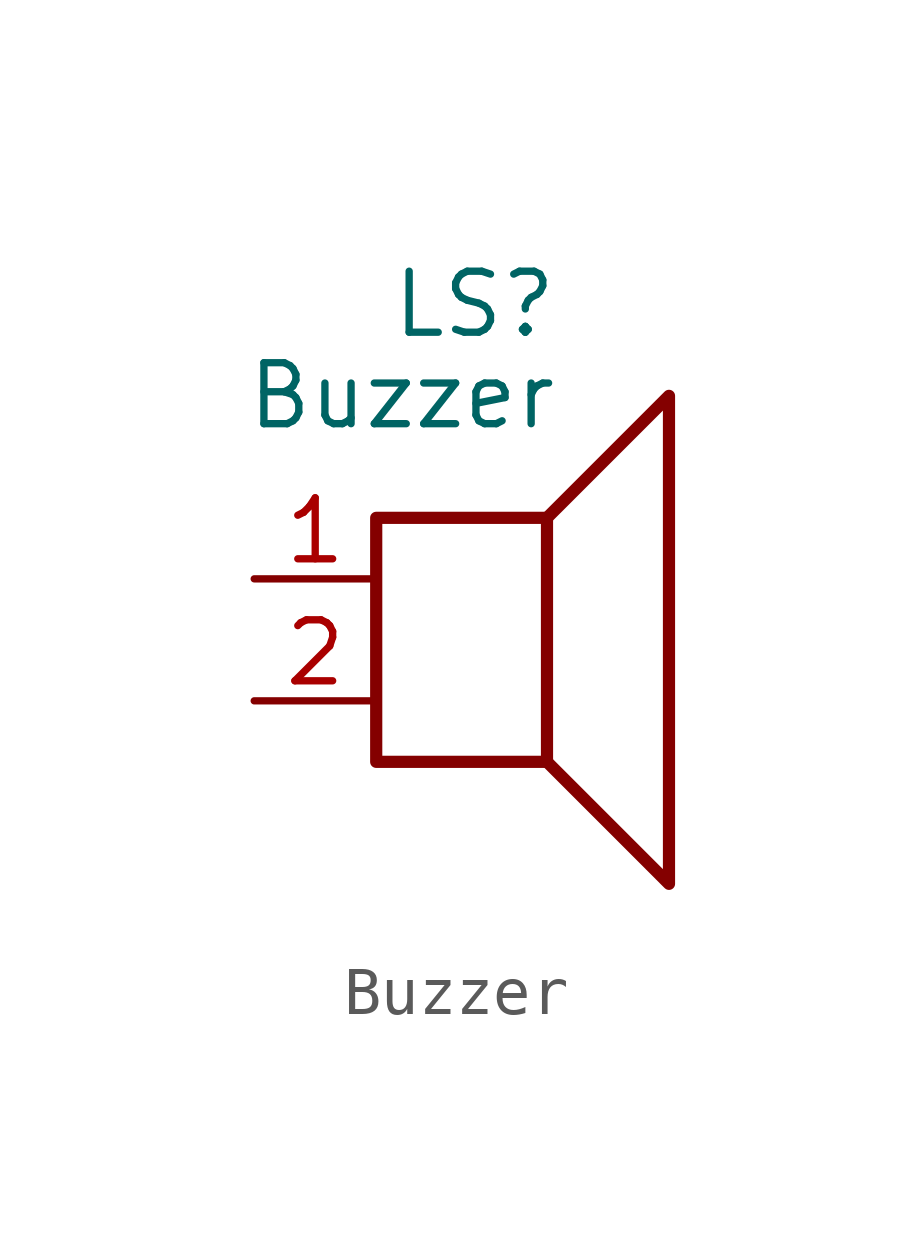
<source format=kicad_sym>
(kicad_symbol_lib
  (version 20211014)
  (generator kicad_symbol_editor)
  (symbol "Buzzer"
    (pin_names
      (offset 0) hide)
    (property "Reference" "LS"
      (at 1.27 5.715 0)
      (effects (font (size 1.27 1.27)) (justify right)))
    (property "Value" "Buzzer"
      (at 1.27 3.81 0)
      (effects (font (size 1.27 1.27)) (justify right)))
    (symbol "Buzzer_0_0"
      (rectangle (start -2.54 1.27) (end 1.016 -3.81) (stroke (width 0.254) (type default) (color 0 0 0 0)) (fill (type none)))
      (polyline (pts (xy 1.016 1.27) (xy 3.556 3.81) (xy 3.556 -6.35) (xy 1.016 -3.81)) (stroke (width 0.254) (type default) (color 0 0 0 0)) (fill (type none))))
    (symbol "Buzzer_1_1"
      (pin passive line (at -5.08 0 0) (length 2.54) (name "1" (effects (font (size 1.27 1.27)))) (number "1" (effects (font (size 1.27 1.27)))))
      (pin passive line (at -5.08 -2.54 0) (length 2.54) (name "2" (effects (font (size 1.27 1.27)))) (number "2" (effects (font (size 1.27 1.27))))))))
</source>
